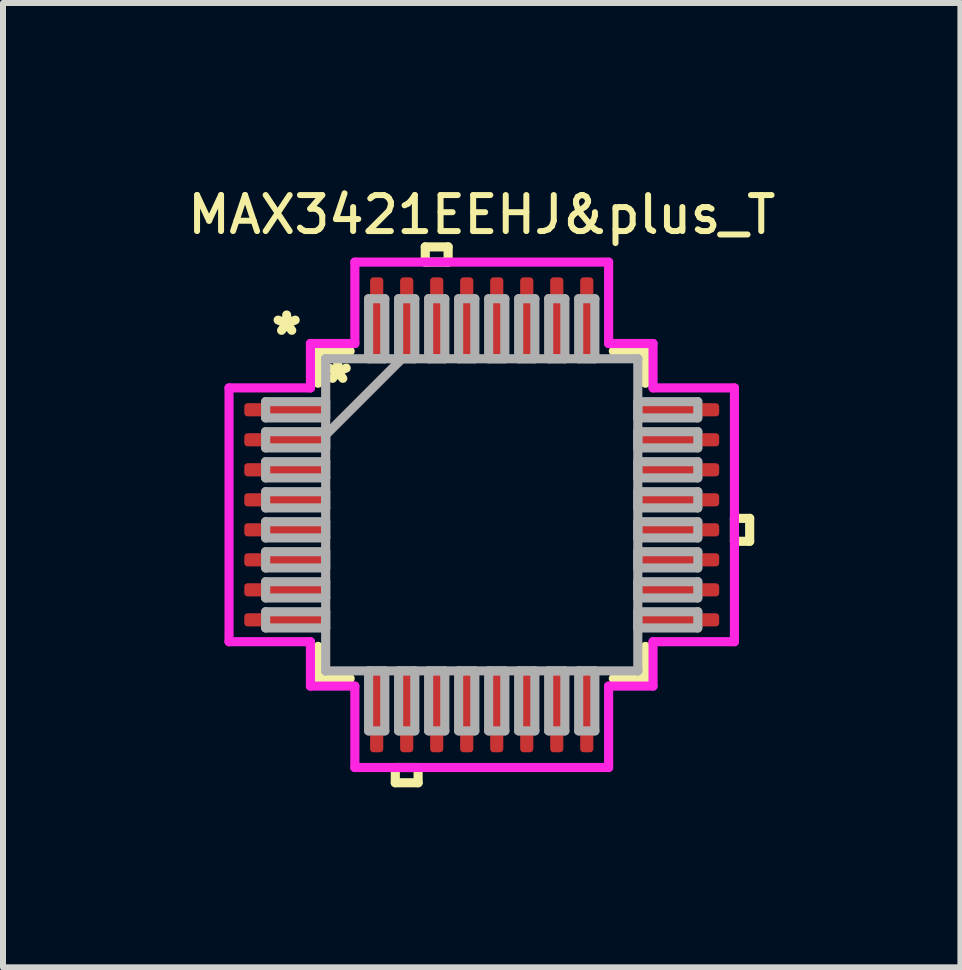
<source format=kicad_pcb>
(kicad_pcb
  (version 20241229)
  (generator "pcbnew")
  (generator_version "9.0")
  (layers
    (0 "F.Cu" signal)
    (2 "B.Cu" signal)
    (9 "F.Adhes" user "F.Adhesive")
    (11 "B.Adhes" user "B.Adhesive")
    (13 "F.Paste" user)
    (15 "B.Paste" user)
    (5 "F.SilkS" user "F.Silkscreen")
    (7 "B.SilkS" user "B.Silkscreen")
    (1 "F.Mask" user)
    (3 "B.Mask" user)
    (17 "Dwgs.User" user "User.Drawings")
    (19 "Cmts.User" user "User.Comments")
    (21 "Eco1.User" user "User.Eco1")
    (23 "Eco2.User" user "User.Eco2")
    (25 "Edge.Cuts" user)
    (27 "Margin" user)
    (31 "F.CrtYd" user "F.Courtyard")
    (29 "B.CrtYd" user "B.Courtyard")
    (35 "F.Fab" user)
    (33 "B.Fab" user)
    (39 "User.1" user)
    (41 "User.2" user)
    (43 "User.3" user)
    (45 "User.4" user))
  (footprint "MAX3421EEHJ&plus_T"
    (layer "F.Cu")
    (at 4.976 5.527)
    (property "Reference" "MAX3421EEHJ&plus_T" (at 0 -5 0) (layer "F.SilkS") (effects (font (size 0.6 0.6) (thickness 0.1))))
    (attr smd)
    (fp_line (start -2.727 -2.727) (end -2.727 -2.192) (stroke (width 0.152) (type solid)) (layer "F.SilkS"))
    (fp_line (start -2.727 2.192) (end -2.727 2.727) (stroke (width 0.152) (type solid)) (layer "F.SilkS"))
    (fp_line (start -2.727 2.727) (end -2.192 2.727) (stroke (width 0.152) (type solid)) (layer "F.SilkS"))
    (fp_line (start -2.192 -2.727) (end -2.727 -2.727) (stroke (width 0.152) (type solid)) (layer "F.SilkS"))
    (fp_line (start -1.44 4.21) (end -1.44 4.464) (stroke (width 0.152) (type solid)) (layer "F.SilkS"))
    (fp_line (start -1.44 4.464) (end -1.06 4.464) (stroke (width 0.152) (type solid)) (layer "F.SilkS"))
    (fp_line (start -1.06 4.21) (end -1.44 4.21) (stroke (width 0.152) (type solid)) (layer "F.SilkS"))
    (fp_line (start -1.06 4.464) (end -1.06 4.21) (stroke (width 0.152) (type solid)) (layer "F.SilkS"))
    (fp_line (start -0.941 -4.464) (end -0.56 -4.464) (stroke (width 0.152) (type solid)) (layer "F.SilkS"))
    (fp_line (start -0.941 -4.21) (end -0.941 -4.464) (stroke (width 0.152) (type solid)) (layer "F.SilkS"))
    (fp_line (start -0.56 -4.464) (end -0.56 -4.21) (stroke (width 0.152) (type solid)) (layer "F.SilkS"))
    (fp_line (start -0.56 -4.21) (end -0.941 -4.21) (stroke (width 0.152) (type solid)) (layer "F.SilkS"))
    (fp_line (start 2.192 2.727) (end 2.727 2.727) (stroke (width 0.152) (type solid)) (layer "F.SilkS"))
    (fp_line (start 2.727 -2.727) (end 2.192 -2.727) (stroke (width 0.152) (type solid)) (layer "F.SilkS"))
    (fp_line (start 2.727 -2.192) (end 2.727 -2.727) (stroke (width 0.152) (type solid)) (layer "F.SilkS"))
    (fp_line (start 2.727 2.727) (end 2.727 2.192) (stroke (width 0.152) (type solid)) (layer "F.SilkS"))
    (fp_line (start 4.21 0.059) (end 4.464 0.059) (stroke (width 0.152) (type solid)) (layer "F.SilkS"))
    (fp_line (start 4.21 0.441) (end 4.21 0.059) (stroke (width 0.152) (type solid)) (layer "F.SilkS"))
    (fp_line (start 4.464 0.059) (end 4.464 0.441) (stroke (width 0.152) (type solid)) (layer "F.SilkS"))
    (fp_line (start 4.464 0.441) (end 4.21 0.441) (stroke (width 0.152) (type solid)) (layer "F.SilkS"))
    (fp_line (start -4.21 -2.114) (end -2.854 -2.114) (stroke (width 0.152) (type solid)) (layer "F.CrtYd"))
    (fp_line (start -4.21 2.114) (end -4.21 -2.114) (stroke (width 0.152) (type solid)) (layer "F.CrtYd"))
    (fp_line (start -2.854 -2.854) (end -2.114 -2.854) (stroke (width 0.152) (type solid)) (layer "F.CrtYd"))
    (fp_line (start -2.854 -2.114) (end -2.854 -2.854) (stroke (width 0.152) (type solid)) (layer "F.CrtYd"))
    (fp_line (start -2.854 2.114) (end -4.21 2.114) (stroke (width 0.152) (type solid)) (layer "F.CrtYd"))
    (fp_line (start -2.854 2.854) (end -2.854 2.114) (stroke (width 0.152) (type solid)) (layer "F.CrtYd"))
    (fp_line (start -2.114 -4.21) (end 2.114 -4.21) (stroke (width 0.152) (type solid)) (layer "F.CrtYd"))
    (fp_line (start -2.114 -2.854) (end -2.114 -4.21) (stroke (width 0.152) (type solid)) (layer "F.CrtYd"))
    (fp_line (start -2.114 2.854) (end -2.854 2.854) (stroke (width 0.152) (type solid)) (layer "F.CrtYd"))
    (fp_line (start -2.114 4.21) (end -2.114 2.854) (stroke (width 0.152) (type solid)) (layer "F.CrtYd"))
    (fp_line (start 2.114 -4.21) (end 2.114 -2.854) (stroke (width 0.152) (type solid)) (layer "F.CrtYd"))
    (fp_line (start 2.114 -2.854) (end 2.854 -2.854) (stroke (width 0.152) (type solid)) (layer "F.CrtYd"))
    (fp_line (start 2.114 2.854) (end 2.114 4.21) (stroke (width 0.152) (type solid)) (layer "F.CrtYd"))
    (fp_line (start 2.114 4.21) (end -2.114 4.21) (stroke (width 0.152) (type solid)) (layer "F.CrtYd"))
    (fp_line (start 2.854 -2.854) (end 2.854 -2.114) (stroke (width 0.152) (type solid)) (layer "F.CrtYd"))
    (fp_line (start 2.854 -2.114) (end 4.21 -2.114) (stroke (width 0.152) (type solid)) (layer "F.CrtYd"))
    (fp_line (start 2.854 2.114) (end 2.854 2.854) (stroke (width 0.152) (type solid)) (layer "F.CrtYd"))
    (fp_line (start 2.854 2.854) (end 2.114 2.854) (stroke (width 0.152) (type solid)) (layer "F.CrtYd"))
    (fp_line (start 4.21 -2.114) (end 4.21 2.114) (stroke (width 0.152) (type solid)) (layer "F.CrtYd"))
    (fp_line (start 4.21 2.114) (end 2.854 2.114) (stroke (width 0.152) (type solid)) (layer "F.CrtYd"))
    (fp_line (start -3.6 -1.885) (end -3.6 -1.615) (stroke (width 0.152) (type solid)) (layer "F.Fab"))
    (fp_line (start -3.6 -1.615) (end -2.6 -1.615) (stroke (width 0.152) (type solid)) (layer "F.Fab"))
    (fp_line (start -3.6 -1.385) (end -3.6 -1.115) (stroke (width 0.152) (type solid)) (layer "F.Fab"))
    (fp_line (start -3.6 -1.115) (end -2.6 -1.115) (stroke (width 0.152) (type solid)) (layer "F.Fab"))
    (fp_line (start -3.6 -0.885) (end -3.6 -0.615) (stroke (width 0.152) (type solid)) (layer "F.Fab"))
    (fp_line (start -3.6 -0.615) (end -2.6 -0.615) (stroke (width 0.152) (type solid)) (layer "F.Fab"))
    (fp_line (start -3.6 -0.385) (end -3.6 -0.115) (stroke (width 0.152) (type solid)) (layer "F.Fab"))
    (fp_line (start -3.6 -0.115) (end -2.6 -0.115) (stroke (width 0.152) (type solid)) (layer "F.Fab"))
    (fp_line (start -3.6 0.115) (end -3.6 0.385) (stroke (width 0.152) (type solid)) (layer "F.Fab"))
    (fp_line (start -3.6 0.385) (end -2.6 0.385) (stroke (width 0.152) (type solid)) (layer "F.Fab"))
    (fp_line (start -3.6 0.615) (end -3.6 0.885) (stroke (width 0.152) (type solid)) (layer "F.Fab"))
    (fp_line (start -3.6 0.885) (end -2.6 0.885) (stroke (width 0.152) (type solid)) (layer "F.Fab"))
    (fp_line (start -3.6 1.115) (end -3.6 1.385) (stroke (width 0.152) (type solid)) (layer "F.Fab"))
    (fp_line (start -3.6 1.385) (end -2.6 1.385) (stroke (width 0.152) (type solid)) (layer "F.Fab"))
    (fp_line (start -3.6 1.615) (end -3.6 1.885) (stroke (width 0.152) (type solid)) (layer "F.Fab"))
    (fp_line (start -3.6 1.885) (end -2.6 1.885) (stroke (width 0.152) (type solid)) (layer "F.Fab"))
    (fp_line (start -2.6 -2.6) (end -2.6 -2.6) (stroke (width 0.152) (type solid)) (layer "F.Fab"))
    (fp_line (start -2.6 -2.6) (end -2.6 2.6) (stroke (width 0.152) (type solid)) (layer "F.Fab"))
    (fp_line (start -2.6 -1.885) (end -3.6 -1.885) (stroke (width 0.152) (type solid)) (layer "F.Fab"))
    (fp_line (start -2.6 -1.615) (end -2.6 -1.885) (stroke (width 0.152) (type solid)) (layer "F.Fab"))
    (fp_line (start -2.6 -1.385) (end -3.6 -1.385) (stroke (width 0.152) (type solid)) (layer "F.Fab"))
    (fp_line (start -2.6 -1.33) (end -1.33 -2.6) (stroke (width 0.152) (type solid)) (layer "F.Fab"))
    (fp_line (start -2.6 -1.115) (end -2.6 -1.385) (stroke (width 0.152) (type solid)) (layer "F.Fab"))
    (fp_line (start -2.6 -0.885) (end -3.6 -0.885) (stroke (width 0.152) (type solid)) (layer "F.Fab"))
    (fp_line (start -2.6 -0.615) (end -2.6 -0.885) (stroke (width 0.152) (type solid)) (layer "F.Fab"))
    (fp_line (start -2.6 -0.385) (end -3.6 -0.385) (stroke (width 0.152) (type solid)) (layer "F.Fab"))
    (fp_line (start -2.6 -0.115) (end -2.6 -0.385) (stroke (width 0.152) (type solid)) (layer "F.Fab"))
    (fp_line (start -2.6 0.115) (end -3.6 0.115) (stroke (width 0.152) (type solid)) (layer "F.Fab"))
    (fp_line (start -2.6 0.385) (end -2.6 0.115) (stroke (width 0.152) (type solid)) (layer "F.Fab"))
    (fp_line (start -2.6 0.615) (end -3.6 0.615) (stroke (width 0.152) (type solid)) (layer "F.Fab"))
    (fp_line (start -2.6 0.885) (end -2.6 0.615) (stroke (width 0.152) (type solid)) (layer "F.Fab"))
    (fp_line (start -2.6 1.115) (end -3.6 1.115) (stroke (width 0.152) (type solid)) (layer "F.Fab"))
    (fp_line (start -2.6 1.385) (end -2.6 1.115) (stroke (width 0.152) (type solid)) (layer "F.Fab"))
    (fp_line (start -2.6 1.615) (end -3.6 1.615) (stroke (width 0.152) (type solid)) (layer "F.Fab"))
    (fp_line (start -2.6 1.885) (end -2.6 1.615) (stroke (width 0.152) (type solid)) (layer "F.Fab"))
    (fp_line (start -2.6 2.6) (end -2.6 2.6) (stroke (width 0.152) (type solid)) (layer "F.Fab"))
    (fp_line (start -2.6 2.6) (end 2.6 2.6) (stroke (width 0.152) (type solid)) (layer "F.Fab"))
    (fp_line (start -1.885 -3.6) (end -1.885 -2.6) (stroke (width 0.152) (type solid)) (layer "F.Fab"))
    (fp_line (start -1.885 -2.6) (end -1.615 -2.6) (stroke (width 0.152) (type solid)) (layer "F.Fab"))
    (fp_line (start -1.885 2.6) (end -1.885 3.6) (stroke (width 0.152) (type solid)) (layer "F.Fab"))
    (fp_line (start -1.885 3.6) (end -1.615 3.6) (stroke (width 0.152) (type solid)) (layer "F.Fab"))
    (fp_line (start -1.615 -3.6) (end -1.885 -3.6) (stroke (width 0.152) (type solid)) (layer "F.Fab"))
    (fp_line (start -1.615 -2.6) (end -1.615 -3.6) (stroke (width 0.152) (type solid)) (layer "F.Fab"))
    (fp_line (start -1.615 2.6) (end -1.885 2.6) (stroke (width 0.152) (type solid)) (layer "F.Fab"))
    (fp_line (start -1.615 3.6) (end -1.615 2.6) (stroke (width 0.152) (type solid)) (layer "F.Fab"))
    (fp_line (start -1.385 -3.6) (end -1.385 -2.6) (stroke (width 0.152) (type solid)) (layer "F.Fab"))
    (fp_line (start -1.385 -2.6) (end -1.115 -2.6) (stroke (width 0.152) (type solid)) (layer "F.Fab"))
    (fp_line (start -1.385 2.6) (end -1.385 3.6) (stroke (width 0.152) (type solid)) (layer "F.Fab"))
    (fp_line (start -1.385 3.6) (end -1.115 3.6) (stroke (width 0.152) (type solid)) (layer "F.Fab"))
    (fp_line (start -1.115 -3.6) (end -1.385 -3.6) (stroke (width 0.152) (type solid)) (layer "F.Fab"))
    (fp_line (start -1.115 -2.6) (end -1.115 -3.6) (stroke (width 0.152) (type solid)) (layer "F.Fab"))
    (fp_line (start -1.115 2.6) (end -1.385 2.6) (stroke (width 0.152) (type solid)) (layer "F.Fab"))
    (fp_line (start -1.115 3.6) (end -1.115 2.6) (stroke (width 0.152) (type solid)) (layer "F.Fab"))
    (fp_line (start -0.885 -3.6) (end -0.885 -2.6) (stroke (width 0.152) (type solid)) (layer "F.Fab"))
    (fp_line (start -0.885 -2.6) (end -0.615 -2.6) (stroke (width 0.152) (type solid)) (layer "F.Fab"))
    (fp_line (start -0.885 2.6) (end -0.885 3.6) (stroke (width 0.152) (type solid)) (layer "F.Fab"))
    (fp_line (start -0.885 3.6) (end -0.615 3.6) (stroke (width 0.152) (type solid)) (layer "F.Fab"))
    (fp_line (start -0.615 -3.6) (end -0.885 -3.6) (stroke (width 0.152) (type solid)) (layer "F.Fab"))
    (fp_line (start -0.615 -2.6) (end -0.615 -3.6) (stroke (width 0.152) (type solid)) (layer "F.Fab"))
    (fp_line (start -0.615 2.6) (end -0.885 2.6) (stroke (width 0.152) (type solid)) (layer "F.Fab"))
    (fp_line (start -0.615 3.6) (end -0.615 2.6) (stroke (width 0.152) (type solid)) (layer "F.Fab"))
    (fp_line (start -0.385 -3.6) (end -0.385 -2.6) (stroke (width 0.152) (type solid)) (layer "F.Fab"))
    (fp_line (start -0.385 -2.6) (end -0.115 -2.6) (stroke (width 0.152) (type solid)) (layer "F.Fab"))
    (fp_line (start -0.385 2.6) (end -0.385 3.6) (stroke (width 0.152) (type solid)) (layer "F.Fab"))
    (fp_line (start -0.385 3.6) (end -0.115 3.6) (stroke (width 0.152) (type solid)) (layer "F.Fab"))
    (fp_line (start -0.115 -3.6) (end -0.385 -3.6) (stroke (width 0.152) (type solid)) (layer "F.Fab"))
    (fp_line (start -0.115 -2.6) (end -0.115 -3.6) (stroke (width 0.152) (type solid)) (layer "F.Fab"))
    (fp_line (start -0.115 2.6) (end -0.385 2.6) (stroke (width 0.152) (type solid)) (layer "F.Fab"))
    (fp_line (start -0.115 3.6) (end -0.115 2.6) (stroke (width 0.152) (type solid)) (layer "F.Fab"))
    (fp_line (start 0.115 -3.6) (end 0.115 -2.6) (stroke (width 0.152) (type solid)) (layer "F.Fab"))
    (fp_line (start 0.115 -2.6) (end 0.385 -2.6) (stroke (width 0.152) (type solid)) (layer "F.Fab"))
    (fp_line (start 0.115 2.6) (end 0.115 3.6) (stroke (width 0.152) (type solid)) (layer "F.Fab"))
    (fp_line (start 0.115 3.6) (end 0.385 3.6) (stroke (width 0.152) (type solid)) (layer "F.Fab"))
    (fp_line (start 0.385 -3.6) (end 0.115 -3.6) (stroke (width 0.152) (type solid)) (layer "F.Fab"))
    (fp_line (start 0.385 -2.6) (end 0.385 -3.6) (stroke (width 0.152) (type solid)) (layer "F.Fab"))
    (fp_line (start 0.385 2.6) (end 0.115 2.6) (stroke (width 0.152) (type solid)) (layer "F.Fab"))
    (fp_line (start 0.385 3.6) (end 0.385 2.6) (stroke (width 0.152) (type solid)) (layer "F.Fab"))
    (fp_line (start 0.615 -3.6) (end 0.615 -2.6) (stroke (width 0.152) (type solid)) (layer "F.Fab"))
    (fp_line (start 0.615 -2.6) (end 0.885 -2.6) (stroke (width 0.152) (type solid)) (layer "F.Fab"))
    (fp_line (start 0.615 2.6) (end 0.615 3.6) (stroke (width 0.152) (type solid)) (layer "F.Fab"))
    (fp_line (start 0.615 3.6) (end 0.885 3.6) (stroke (width 0.152) (type solid)) (layer "F.Fab"))
    (fp_line (start 0.885 -3.6) (end 0.615 -3.6) (stroke (width 0.152) (type solid)) (layer "F.Fab"))
    (fp_line (start 0.885 -2.6) (end 0.885 -3.6) (stroke (width 0.152) (type solid)) (layer "F.Fab"))
    (fp_line (start 0.885 2.6) (end 0.615 2.6) (stroke (width 0.152) (type solid)) (layer "F.Fab"))
    (fp_line (start 0.885 3.6) (end 0.885 2.6) (stroke (width 0.152) (type solid)) (layer "F.Fab"))
    (fp_line (start 1.115 -3.6) (end 1.115 -2.6) (stroke (width 0.152) (type solid)) (layer "F.Fab"))
    (fp_line (start 1.115 -2.6) (end 1.385 -2.6) (stroke (width 0.152) (type solid)) (layer "F.Fab"))
    (fp_line (start 1.115 2.6) (end 1.115 3.6) (stroke (width 0.152) (type solid)) (layer "F.Fab"))
    (fp_line (start 1.115 3.6) (end 1.385 3.6) (stroke (width 0.152) (type solid)) (layer "F.Fab"))
    (fp_line (start 1.385 -3.6) (end 1.115 -3.6) (stroke (width 0.152) (type solid)) (layer "F.Fab"))
    (fp_line (start 1.385 -2.6) (end 1.385 -3.6) (stroke (width 0.152) (type solid)) (layer "F.Fab"))
    (fp_line (start 1.385 2.6) (end 1.115 2.6) (stroke (width 0.152) (type solid)) (layer "F.Fab"))
    (fp_line (start 1.385 3.6) (end 1.385 2.6) (stroke (width 0.152) (type solid)) (layer "F.Fab"))
    (fp_line (start 1.615 -3.6) (end 1.615 -2.6) (stroke (width 0.152) (type solid)) (layer "F.Fab"))
    (fp_line (start 1.615 -2.6) (end 1.885 -2.6) (stroke (width 0.152) (type solid)) (layer "F.Fab"))
    (fp_line (start 1.615 2.6) (end 1.615 3.6) (stroke (width 0.152) (type solid)) (layer "F.Fab"))
    (fp_line (start 1.615 3.6) (end 1.885 3.6) (stroke (width 0.152) (type solid)) (layer "F.Fab"))
    (fp_line (start 1.885 -3.6) (end 1.615 -3.6) (stroke (width 0.152) (type solid)) (layer "F.Fab"))
    (fp_line (start 1.885 -2.6) (end 1.885 -3.6) (stroke (width 0.152) (type solid)) (layer "F.Fab"))
    (fp_line (start 1.885 2.6) (end 1.615 2.6) (stroke (width 0.152) (type solid)) (layer "F.Fab"))
    (fp_line (start 1.885 3.6) (end 1.885 2.6) (stroke (width 0.152) (type solid)) (layer "F.Fab"))
    (fp_line (start 2.6 -2.6) (end -2.6 -2.6) (stroke (width 0.152) (type solid)) (layer "F.Fab"))
    (fp_line (start 2.6 -2.6) (end 2.6 -2.6) (stroke (width 0.152) (type solid)) (layer "F.Fab"))
    (fp_line (start 2.6 -1.885) (end 2.6 -1.615) (stroke (width 0.152) (type solid)) (layer "F.Fab"))
    (fp_line (start 2.6 -1.615) (end 3.6 -1.615) (stroke (width 0.152) (type solid)) (layer "F.Fab"))
    (fp_line (start 2.6 -1.385) (end 2.6 -1.115) (stroke (width 0.152) (type solid)) (layer "F.Fab"))
    (fp_line (start 2.6 -1.115) (end 3.6 -1.115) (stroke (width 0.152) (type solid)) (layer "F.Fab"))
    (fp_line (start 2.6 -0.885) (end 2.6 -0.615) (stroke (width 0.152) (type solid)) (layer "F.Fab"))
    (fp_line (start 2.6 -0.615) (end 3.6 -0.615) (stroke (width 0.152) (type solid)) (layer "F.Fab"))
    (fp_line (start 2.6 -0.385) (end 2.6 -0.115) (stroke (width 0.152) (type solid)) (layer "F.Fab"))
    (fp_line (start 2.6 -0.115) (end 3.6 -0.115) (stroke (width 0.152) (type solid)) (layer "F.Fab"))
    (fp_line (start 2.6 0.115) (end 2.6 0.385) (stroke (width 0.152) (type solid)) (layer "F.Fab"))
    (fp_line (start 2.6 0.385) (end 3.6 0.385) (stroke (width 0.152) (type solid)) (layer "F.Fab"))
    (fp_line (start 2.6 0.615) (end 2.6 0.885) (stroke (width 0.152) (type solid)) (layer "F.Fab"))
    (fp_line (start 2.6 0.885) (end 3.6 0.885) (stroke (width 0.152) (type solid)) (layer "F.Fab"))
    (fp_line (start 2.6 1.115) (end 2.6 1.385) (stroke (width 0.152) (type solid)) (layer "F.Fab"))
    (fp_line (start 2.6 1.385) (end 3.6 1.385) (stroke (width 0.152) (type solid)) (layer "F.Fab"))
    (fp_line (start 2.6 1.615) (end 2.6 1.885) (stroke (width 0.152) (type solid)) (layer "F.Fab"))
    (fp_line (start 2.6 1.885) (end 3.6 1.885) (stroke (width 0.152) (type solid)) (layer "F.Fab"))
    (fp_line (start 2.6 2.6) (end 2.6 -2.6) (stroke (width 0.152) (type solid)) (layer "F.Fab"))
    (fp_line (start 2.6 2.6) (end 2.6 2.6) (stroke (width 0.152) (type solid)) (layer "F.Fab"))
    (fp_line (start 3.6 -1.885) (end 2.6 -1.885) (stroke (width 0.152) (type solid)) (layer "F.Fab"))
    (fp_line (start 3.6 -1.615) (end 3.6 -1.885) (stroke (width 0.152) (type solid)) (layer "F.Fab"))
    (fp_line (start 3.6 -1.385) (end 2.6 -1.385) (stroke (width 0.152) (type solid)) (layer "F.Fab"))
    (fp_line (start 3.6 -1.115) (end 3.6 -1.385) (stroke (width 0.152) (type solid)) (layer "F.Fab"))
    (fp_line (start 3.6 -0.885) (end 2.6 -0.885) (stroke (width 0.152) (type solid)) (layer "F.Fab"))
    (fp_line (start 3.6 -0.615) (end 3.6 -0.885) (stroke (width 0.152) (type solid)) (layer "F.Fab"))
    (fp_line (start 3.6 -0.385) (end 2.6 -0.385) (stroke (width 0.152) (type solid)) (layer "F.Fab"))
    (fp_line (start 3.6 -0.115) (end 3.6 -0.385) (stroke (width 0.152) (type solid)) (layer "F.Fab"))
    (fp_line (start 3.6 0.115) (end 2.6 0.115) (stroke (width 0.152) (type solid)) (layer "F.Fab"))
    (fp_line (start 3.6 0.385) (end 3.6 0.115) (stroke (width 0.152) (type solid)) (layer "F.Fab"))
    (fp_line (start 3.6 0.615) (end 2.6 0.615) (stroke (width 0.152) (type solid)) (layer "F.Fab"))
    (fp_line (start 3.6 0.885) (end 3.6 0.615) (stroke (width 0.152) (type solid)) (layer "F.Fab"))
    (fp_line (start 3.6 1.115) (end 2.6 1.115) (stroke (width 0.152) (type solid)) (layer "F.Fab"))
    (fp_line (start 3.6 1.385) (end 3.6 1.115) (stroke (width 0.152) (type solid)) (layer "F.Fab"))
    (fp_line (start 3.6 1.615) (end 2.6 1.615) (stroke (width 0.152) (type solid)) (layer "F.Fab"))
    (fp_line (start 3.6 1.885) (end 3.6 1.615) (stroke (width 0.152) (type solid)) (layer "F.Fab"))
    (fp_text user "*" (at -2.4 -2.2 0) (layer "F.SilkS") (effects (font (size 0.6 0.6) (thickness 0.15))))
    (fp_text user "*" (at -3.25 -3 0) (layer "F.SilkS") (effects (font (size 0.6 0.6) (thickness 0.15))))
    (pad "1" smd roundrect (at -3.278 -1.75 90) (size 0.219 1.356) (layers "F.Cu" "F.Mask" "F.Paste") (roundrect_rratio 0.25))
    (pad "2" smd roundrect (at -3.278 -1.25 90) (size 0.219 1.356) (layers "F.Cu" "F.Mask" "F.Paste") (roundrect_rratio 0.25))
    (pad "3" smd roundrect (at -3.278 -0.75 90) (size 0.219 1.356) (layers "F.Cu" "F.Mask" "F.Paste") (roundrect_rratio 0.25))
    (pad "4" smd roundrect (at -3.278 -0.25 90) (size 0.219 1.356) (layers "F.Cu" "F.Mask" "F.Paste") (roundrect_rratio 0.25))
    (pad "5" smd roundrect (at -3.278 0.25 90) (size 0.219 1.356) (layers "F.Cu" "F.Mask" "F.Paste") (roundrect_rratio 0.25))
    (pad "6" smd roundrect (at -3.278 0.75 90) (size 0.219 1.356) (layers "F.Cu" "F.Mask" "F.Paste") (roundrect_rratio 0.25))
    (pad "7" smd roundrect (at -3.278 1.25 90) (size 0.219 1.356) (layers "F.Cu" "F.Mask" "F.Paste") (roundrect_rratio 0.25))
    (pad "8" smd roundrect (at -3.278 1.75 90) (size 0.219 1.356) (layers "F.Cu" "F.Mask" "F.Paste") (roundrect_rratio 0.25))
    (pad "9" smd roundrect (at -1.75 3.278) (size 0.219 1.356) (layers "F.Cu" "F.Mask" "F.Paste") (roundrect_rratio 0.25))
    (pad "10" smd roundrect (at -1.25 3.278) (size 0.219 1.356) (layers "F.Cu" "F.Mask" "F.Paste") (roundrect_rratio 0.25))
    (pad "11" smd roundrect (at -0.75 3.278) (size 0.219 1.356) (layers "F.Cu" "F.Mask" "F.Paste") (roundrect_rratio 0.25))
    (pad "12" smd roundrect (at -0.25 3.278) (size 0.219 1.356) (layers "F.Cu" "F.Mask" "F.Paste") (roundrect_rratio 0.25))
    (pad "13" smd roundrect (at 0.25 3.278) (size 0.219 1.356) (layers "F.Cu" "F.Mask" "F.Paste") (roundrect_rratio 0.25))
    (pad "14" smd roundrect (at 0.75 3.278) (size 0.219 1.356) (layers "F.Cu" "F.Mask" "F.Paste") (roundrect_rratio 0.25))
    (pad "15" smd roundrect (at 1.25 3.278) (size 0.219 1.356) (layers "F.Cu" "F.Mask" "F.Paste") (roundrect_rratio 0.25))
    (pad "16" smd roundrect (at 1.75 3.278) (size 0.219 1.356) (layers "F.Cu" "F.Mask" "F.Paste") (roundrect_rratio 0.25))
    (pad "17" smd roundrect (at 3.278 1.75 90) (size 0.219 1.356) (layers "F.Cu" "F.Mask" "F.Paste") (roundrect_rratio 0.25))
    (pad "18" smd roundrect (at 3.278 1.25 90) (size 0.219 1.356) (layers "F.Cu" "F.Mask" "F.Paste") (roundrect_rratio 0.25))
    (pad "19" smd roundrect (at 3.278 0.75 90) (size 0.219 1.356) (layers "F.Cu" "F.Mask" "F.Paste") (roundrect_rratio 0.25))
    (pad "20" smd roundrect (at 3.278 0.25 90) (size 0.219 1.356) (layers "F.Cu" "F.Mask" "F.Paste") (roundrect_rratio 0.25))
    (pad "21" smd roundrect (at 3.278 -0.25 90) (size 0.219 1.356) (layers "F.Cu" "F.Mask" "F.Paste") (roundrect_rratio 0.25))
    (pad "22" smd roundrect (at 3.278 -0.75 90) (size 0.219 1.356) (layers "F.Cu" "F.Mask" "F.Paste") (roundrect_rratio 0.25))
    (pad "23" smd roundrect (at 3.278 -1.25 90) (size 0.219 1.356) (layers "F.Cu" "F.Mask" "F.Paste") (roundrect_rratio 0.25))
    (pad "24" smd roundrect (at 3.278 -1.75 90) (size 0.219 1.356) (layers "F.Cu" "F.Mask" "F.Paste") (roundrect_rratio 0.25))
    (pad "25" smd roundrect (at 1.75 -3.278) (size 0.219 1.356) (layers "F.Cu" "F.Mask" "F.Paste") (roundrect_rratio 0.25))
    (pad "26" smd roundrect (at 1.25 -3.278) (size 0.219 1.356) (layers "F.Cu" "F.Mask" "F.Paste") (roundrect_rratio 0.25))
    (pad "27" smd roundrect (at 0.75 -3.278) (size 0.219 1.356) (layers "F.Cu" "F.Mask" "F.Paste") (roundrect_rratio 0.25))
    (pad "28" smd roundrect (at 0.25 -3.278) (size 0.219 1.356) (layers "F.Cu" "F.Mask" "F.Paste") (roundrect_rratio 0.25))
    (pad "29" smd roundrect (at -0.25 -3.278) (size 0.219 1.356) (layers "F.Cu" "F.Mask" "F.Paste") (roundrect_rratio 0.25))
    (pad "30" smd roundrect (at -0.75 -3.278) (size 0.219 1.356) (layers "F.Cu" "F.Mask" "F.Paste") (roundrect_rratio 0.25))
    (pad "31" smd roundrect (at -1.25 -3.278) (size 0.219 1.356) (layers "F.Cu" "F.Mask" "F.Paste") (roundrect_rratio 0.25))
    (pad "32" smd roundrect (at -1.75 -3.278) (size 0.219 1.356) (layers "F.Cu" "F.Mask" "F.Paste") (roundrect_rratio 0.25)))
  (gr_rect
    (start -3 -3)
    (end 12.951 13.066)
    (stroke (width 0.1) (type default))
    (fill no)
    (layer "Edge.Cuts")))
</source>
